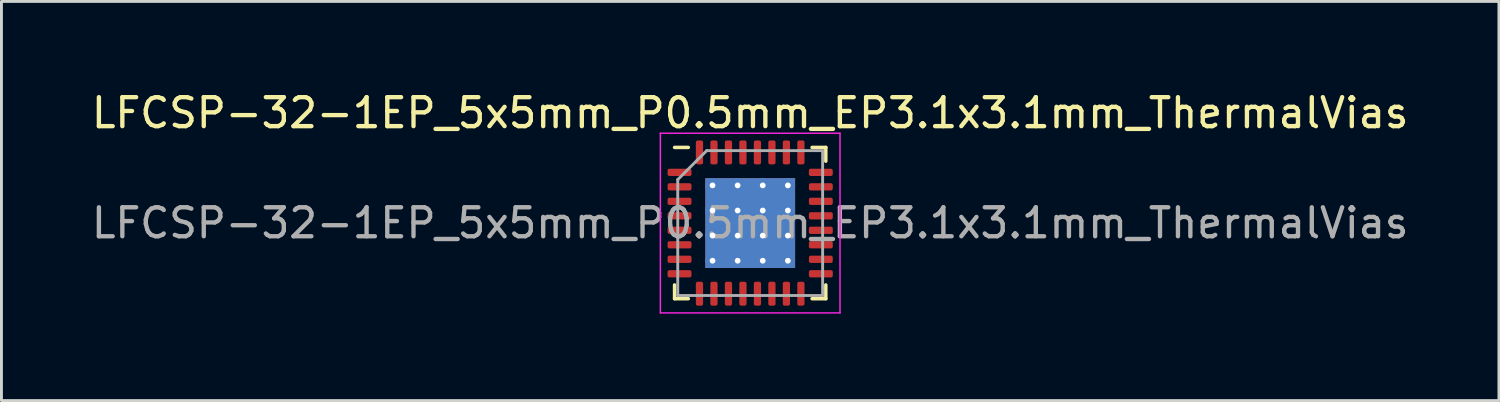
<source format=kicad_pcb>
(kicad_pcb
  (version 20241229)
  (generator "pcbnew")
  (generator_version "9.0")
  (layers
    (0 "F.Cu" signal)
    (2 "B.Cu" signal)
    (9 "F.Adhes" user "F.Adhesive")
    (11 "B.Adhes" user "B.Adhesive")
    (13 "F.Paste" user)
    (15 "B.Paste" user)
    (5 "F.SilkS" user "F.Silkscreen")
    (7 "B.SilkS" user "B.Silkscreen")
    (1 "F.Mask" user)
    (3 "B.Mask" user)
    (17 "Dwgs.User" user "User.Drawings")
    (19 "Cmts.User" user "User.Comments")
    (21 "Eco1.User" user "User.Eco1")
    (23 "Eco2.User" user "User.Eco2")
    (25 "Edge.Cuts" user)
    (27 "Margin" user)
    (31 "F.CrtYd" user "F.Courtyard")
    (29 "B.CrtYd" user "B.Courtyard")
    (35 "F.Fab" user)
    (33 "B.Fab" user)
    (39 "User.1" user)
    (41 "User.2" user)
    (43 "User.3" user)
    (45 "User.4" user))
  (footprint "LFCSP-32-1EP_5x5mm_P0.5mm_EP3.1x3.1mm_ThermalVias"
    (layer "F.Cu")
    (at 22.839 4.648)
    (property "Reference" "LFCSP-32-1EP_5x5mm_P0.5mm_EP3.1x3.1mm_ThermalVias" (at 0 -3.8 0) (layer "F.SilkS") (effects (font (size 1 1) (thickness 0.15))))
    (attr smd)
    (fp_line (start -2.61 2.61) (end -2.61 2.135) (stroke (width 0.12) (type solid)) (layer "F.SilkS"))
    (fp_line (start -2.135 -2.61) (end -2.61 -2.61) (stroke (width 0.12) (type solid)) (layer "F.SilkS"))
    (fp_line (start -2.135 2.61) (end -2.61 2.61) (stroke (width 0.12) (type solid)) (layer "F.SilkS"))
    (fp_line (start 2.135 -2.61) (end 2.61 -2.61) (stroke (width 0.12) (type solid)) (layer "F.SilkS"))
    (fp_line (start 2.135 2.61) (end 2.61 2.61) (stroke (width 0.12) (type solid)) (layer "F.SilkS"))
    (fp_line (start 2.61 -2.61) (end 2.61 -2.135) (stroke (width 0.12) (type solid)) (layer "F.SilkS"))
    (fp_line (start 2.61 2.61) (end 2.61 2.135) (stroke (width 0.12) (type solid)) (layer "F.SilkS"))
    (fp_line (start -3.1 -3.1) (end -3.1 3.1) (stroke (width 0.05) (type solid)) (layer "F.CrtYd"))
    (fp_line (start -3.1 3.1) (end 3.1 3.1) (stroke (width 0.05) (type solid)) (layer "F.CrtYd"))
    (fp_line (start 3.1 -3.1) (end -3.1 -3.1) (stroke (width 0.05) (type solid)) (layer "F.CrtYd"))
    (fp_line (start 3.1 3.1) (end 3.1 -3.1) (stroke (width 0.05) (type solid)) (layer "F.CrtYd"))
    (fp_line (start -2.5 -1.5) (end -1.5 -2.5) (stroke (width 0.1) (type solid)) (layer "F.Fab"))
    (fp_line (start -2.5 2.5) (end -2.5 -1.5) (stroke (width 0.1) (type solid)) (layer "F.Fab"))
    (fp_line (start -1.5 -2.5) (end 2.5 -2.5) (stroke (width 0.1) (type solid)) (layer "F.Fab"))
    (fp_line (start 2.5 -2.5) (end 2.5 2.5) (stroke (width 0.1) (type solid)) (layer "F.Fab"))
    (fp_line (start 2.5 2.5) (end -2.5 2.5) (stroke (width 0.1) (type solid)) (layer "F.Fab"))
    (fp_text user "${REFERENCE}" (at 0 0 0) (layer "F.Fab") (effects (font (size 1 1) (thickness 0.15))))
    (pad "" smd custom (at -0.867 -0.867) (size 0.657 0.657) (layers "F.Paste") (options (anchor circle)) (primitives (gr_poly (pts (xy -0.24 -0.094) (xy -0.094 -0.24) (xy 0.094 -0.24) (xy 0.24 -0.094) (xy 0.24 0.094) (xy 0.094 0.24) (xy -0.094 0.24) (xy -0.24 0.094)) (width 0.353) (fill yes))))
    (pad "" smd custom (at -0.867 0) (size 0.657 0.657) (layers "F.Paste") (options (anchor circle)) (primitives (gr_poly (pts (xy -0.24 -0.094) (xy -0.094 -0.24) (xy 0.094 -0.24) (xy 0.24 -0.094) (xy 0.24 0.094) (xy 0.094 0.24) (xy -0.094 0.24) (xy -0.24 0.094)) (width 0.353) (fill yes))))
    (pad "" smd custom (at -0.867 0.867) (size 0.657 0.657) (layers "F.Paste") (options (anchor circle)) (primitives (gr_poly (pts (xy -0.24 -0.094) (xy -0.094 -0.24) (xy 0.094 -0.24) (xy 0.24 -0.094) (xy 0.24 0.094) (xy 0.094 0.24) (xy -0.094 0.24) (xy -0.24 0.094)) (width 0.353) (fill yes))))
    (pad "" smd custom (at 0 -0.867) (size 0.657 0.657) (layers "F.Paste") (options (anchor circle)) (primitives (gr_poly (pts (xy -0.24 -0.094) (xy -0.094 -0.24) (xy 0.094 -0.24) (xy 0.24 -0.094) (xy 0.24 0.094) (xy 0.094 0.24) (xy -0.094 0.24) (xy -0.24 0.094)) (width 0.353) (fill yes))))
    (pad "" smd custom (at 0 0) (size 0.657 0.657) (layers "F.Paste") (options (anchor circle)) (primitives (gr_poly (pts (xy -0.24 -0.094) (xy -0.094 -0.24) (xy 0.094 -0.24) (xy 0.24 -0.094) (xy 0.24 0.094) (xy 0.094 0.24) (xy -0.094 0.24) (xy -0.24 0.094)) (width 0.353) (fill yes))))
    (pad "" smd custom (at 0 0.867) (size 0.657 0.657) (layers "F.Paste") (options (anchor circle)) (primitives (gr_poly (pts (xy -0.24 -0.094) (xy -0.094 -0.24) (xy 0.094 -0.24) (xy 0.24 -0.094) (xy 0.24 0.094) (xy 0.094 0.24) (xy -0.094 0.24) (xy -0.24 0.094)) (width 0.353) (fill yes))))
    (pad "" smd custom (at 0.867 -0.867) (size 0.657 0.657) (layers "F.Paste") (options (anchor circle)) (primitives (gr_poly (pts (xy -0.24 -0.094) (xy -0.094 -0.24) (xy 0.094 -0.24) (xy 0.24 -0.094) (xy 0.24 0.094) (xy 0.094 0.24) (xy -0.094 0.24) (xy -0.24 0.094)) (width 0.353) (fill yes))))
    (pad "" smd custom (at 0.867 0) (size 0.657 0.657) (layers "F.Paste") (options (anchor circle)) (primitives (gr_poly (pts (xy -0.24 -0.094) (xy -0.094 -0.24) (xy 0.094 -0.24) (xy 0.24 -0.094) (xy 0.24 0.094) (xy 0.094 0.24) (xy -0.094 0.24) (xy -0.24 0.094)) (width 0.353) (fill yes))))
    (pad "" smd custom (at 0.867 0.867) (size 0.657 0.657) (layers "F.Paste") (options (anchor circle)) (primitives (gr_poly (pts (xy -0.24 -0.094) (xy -0.094 -0.24) (xy 0.094 -0.24) (xy 0.24 -0.094) (xy 0.24 0.094) (xy 0.094 0.24) (xy -0.094 0.24) (xy -0.24 0.094)) (width 0.353) (fill yes))))
    (pad "1" smd roundrect (at -2.438 -1.75) (size 0.825 0.25) (layers "F.Cu" "F.Mask" "F.Paste") (roundrect_rratio 0.25))
    (pad "2" smd roundrect (at -2.438 -1.25) (size 0.825 0.25) (layers "F.Cu" "F.Mask" "F.Paste") (roundrect_rratio 0.25))
    (pad "3" smd roundrect (at -2.438 -0.75) (size 0.825 0.25) (layers "F.Cu" "F.Mask" "F.Paste") (roundrect_rratio 0.25))
    (pad "4" smd roundrect (at -2.438 -0.25) (size 0.825 0.25) (layers "F.Cu" "F.Mask" "F.Paste") (roundrect_rratio 0.25))
    (pad "5" smd roundrect (at -2.438 0.25) (size 0.825 0.25) (layers "F.Cu" "F.Mask" "F.Paste") (roundrect_rratio 0.25))
    (pad "6" smd roundrect (at -2.438 0.75) (size 0.825 0.25) (layers "F.Cu" "F.Mask" "F.Paste") (roundrect_rratio 0.25))
    (pad "7" smd roundrect (at -2.438 1.25) (size 0.825 0.25) (layers "F.Cu" "F.Mask" "F.Paste") (roundrect_rratio 0.25))
    (pad "8" smd roundrect (at -2.438 1.75) (size 0.825 0.25) (layers "F.Cu" "F.Mask" "F.Paste") (roundrect_rratio 0.25))
    (pad "9" smd roundrect (at -1.75 2.438) (size 0.25 0.825) (layers "F.Cu" "F.Mask" "F.Paste") (roundrect_rratio 0.25))
    (pad "10" smd roundrect (at -1.25 2.438) (size 0.25 0.825) (layers "F.Cu" "F.Mask" "F.Paste") (roundrect_rratio 0.25))
    (pad "11" smd roundrect (at -0.75 2.438) (size 0.25 0.825) (layers "F.Cu" "F.Mask" "F.Paste") (roundrect_rratio 0.25))
    (pad "12" smd roundrect (at -0.25 2.438) (size 0.25 0.825) (layers "F.Cu" "F.Mask" "F.Paste") (roundrect_rratio 0.25))
    (pad "13" smd roundrect (at 0.25 2.438) (size 0.25 0.825) (layers "F.Cu" "F.Mask" "F.Paste") (roundrect_rratio 0.25))
    (pad "14" smd roundrect (at 0.75 2.438) (size 0.25 0.825) (layers "F.Cu" "F.Mask" "F.Paste") (roundrect_rratio 0.25))
    (pad "15" smd roundrect (at 1.25 2.438) (size 0.25 0.825) (layers "F.Cu" "F.Mask" "F.Paste") (roundrect_rratio 0.25))
    (pad "16" smd roundrect (at 1.75 2.438) (size 0.25 0.825) (layers "F.Cu" "F.Mask" "F.Paste") (roundrect_rratio 0.25))
    (pad "17" smd roundrect (at 2.438 1.75) (size 0.825 0.25) (layers "F.Cu" "F.Mask" "F.Paste") (roundrect_rratio 0.25))
    (pad "18" smd roundrect (at 2.438 1.25) (size 0.825 0.25) (layers "F.Cu" "F.Mask" "F.Paste") (roundrect_rratio 0.25))
    (pad "19" smd roundrect (at 2.438 0.75) (size 0.825 0.25) (layers "F.Cu" "F.Mask" "F.Paste") (roundrect_rratio 0.25))
    (pad "20" smd roundrect (at 2.438 0.25) (size 0.825 0.25) (layers "F.Cu" "F.Mask" "F.Paste") (roundrect_rratio 0.25))
    (pad "21" smd roundrect (at 2.438 -0.25) (size 0.825 0.25) (layers "F.Cu" "F.Mask" "F.Paste") (roundrect_rratio 0.25))
    (pad "22" smd roundrect (at 2.438 -0.75) (size 0.825 0.25) (layers "F.Cu" "F.Mask" "F.Paste") (roundrect_rratio 0.25))
    (pad "23" smd roundrect (at 2.438 -1.25) (size 0.825 0.25) (layers "F.Cu" "F.Mask" "F.Paste") (roundrect_rratio 0.25))
    (pad "24" smd roundrect (at 2.438 -1.75) (size 0.825 0.25) (layers "F.Cu" "F.Mask" "F.Paste") (roundrect_rratio 0.25))
    (pad "25" smd roundrect (at 1.75 -2.438) (size 0.25 0.825) (layers "F.Cu" "F.Mask" "F.Paste") (roundrect_rratio 0.25))
    (pad "26" smd roundrect (at 1.25 -2.438) (size 0.25 0.825) (layers "F.Cu" "F.Mask" "F.Paste") (roundrect_rratio 0.25))
    (pad "27" smd roundrect (at 0.75 -2.438) (size 0.25 0.825) (layers "F.Cu" "F.Mask" "F.Paste") (roundrect_rratio 0.25))
    (pad "28" smd roundrect (at 0.25 -2.438) (size 0.25 0.825) (layers "F.Cu" "F.Mask" "F.Paste") (roundrect_rratio 0.25))
    (pad "29" smd roundrect (at -0.25 -2.438) (size 0.25 0.825) (layers "F.Cu" "F.Mask" "F.Paste") (roundrect_rratio 0.25))
    (pad "30" smd roundrect (at -0.75 -2.438) (size 0.25 0.825) (layers "F.Cu" "F.Mask" "F.Paste") (roundrect_rratio 0.25))
    (pad "31" smd roundrect (at -1.25 -2.438) (size 0.25 0.825) (layers "F.Cu" "F.Mask" "F.Paste") (roundrect_rratio 0.25))
    (pad "32" smd roundrect (at -1.75 -2.438) (size 0.25 0.825) (layers "F.Cu" "F.Mask" "F.Paste") (roundrect_rratio 0.25))
    (pad "33" thru_hole circle (at -1.3 -1.3) (size 0.5 0.5) (drill 0.2) (layers "*.Cu"))
    (pad "33" thru_hole circle (at -1.3 -0.433) (size 0.5 0.5) (drill 0.2) (layers "*.Cu"))
    (pad "33" thru_hole circle (at -1.3 0.433) (size 0.5 0.5) (drill 0.2) (layers "*.Cu"))
    (pad "33" thru_hole circle (at -1.3 1.3) (size 0.5 0.5) (drill 0.2) (layers "*.Cu"))
    (pad "33" thru_hole circle (at -0.433 -1.3) (size 0.5 0.5) (drill 0.2) (layers "*.Cu"))
    (pad "33" thru_hole circle (at -0.433 -0.433) (size 0.5 0.5) (drill 0.2) (layers "*.Cu"))
    (pad "33" thru_hole circle (at -0.433 0.433) (size 0.5 0.5) (drill 0.2) (layers "*.Cu"))
    (pad "33" thru_hole circle (at -0.433 1.3) (size 0.5 0.5) (drill 0.2) (layers "*.Cu"))
    (pad "33" smd rect (at 0 0) (size 3.1 3.1) (layers "F.Cu" "F.Mask"))
    (pad "33" smd rect (at 0 0) (size 3.1 3.1) (layers "B.Cu"))
    (pad "33" thru_hole circle (at 0.433 -1.3) (size 0.5 0.5) (drill 0.2) (layers "*.Cu"))
    (pad "33" thru_hole circle (at 0.433 -0.433) (size 0.5 0.5) (drill 0.2) (layers "*.Cu"))
    (pad "33" thru_hole circle (at 0.433 0.433) (size 0.5 0.5) (drill 0.2) (layers "*.Cu"))
    (pad "33" thru_hole circle (at 0.433 1.3) (size 0.5 0.5) (drill 0.2) (layers "*.Cu"))
    (pad "33" thru_hole circle (at 1.3 -1.3) (size 0.5 0.5) (drill 0.2) (layers "*.Cu"))
    (pad "33" thru_hole circle (at 1.3 -0.433) (size 0.5 0.5) (drill 0.2) (layers "*.Cu"))
    (pad "33" thru_hole circle (at 1.3 0.433) (size 0.5 0.5) (drill 0.2) (layers "*.Cu"))
    (pad "33" thru_hole circle (at 1.3 1.3) (size 0.5 0.5) (drill 0.2) (layers "*.Cu")))
  (gr_rect
    (start -3 -3)
    (end 48.679 10.773)
    (stroke (width 0.1) (type default))
    (fill no)
    (layer "Edge.Cuts")))
</source>
